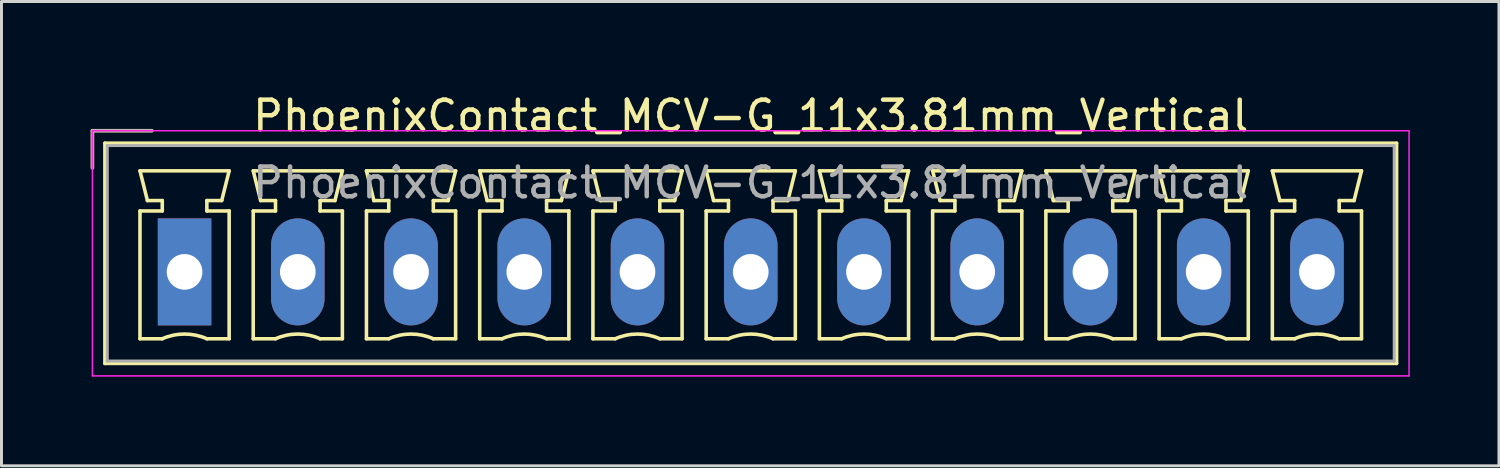
<source format=kicad_pcb>
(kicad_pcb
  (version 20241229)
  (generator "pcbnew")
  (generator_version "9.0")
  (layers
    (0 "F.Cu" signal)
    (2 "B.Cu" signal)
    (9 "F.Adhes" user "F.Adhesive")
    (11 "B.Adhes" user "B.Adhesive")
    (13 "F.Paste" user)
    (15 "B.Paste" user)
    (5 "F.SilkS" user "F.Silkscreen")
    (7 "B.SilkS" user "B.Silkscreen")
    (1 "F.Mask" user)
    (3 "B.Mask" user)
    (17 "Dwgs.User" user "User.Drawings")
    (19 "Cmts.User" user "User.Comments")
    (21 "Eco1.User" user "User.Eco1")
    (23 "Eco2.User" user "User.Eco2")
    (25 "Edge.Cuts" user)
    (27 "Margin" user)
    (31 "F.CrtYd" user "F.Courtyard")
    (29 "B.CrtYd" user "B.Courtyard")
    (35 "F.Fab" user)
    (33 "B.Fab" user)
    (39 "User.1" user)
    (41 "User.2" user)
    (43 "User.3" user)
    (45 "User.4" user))
  (footprint "PhoenixContact_MCV-G_11x3.81mm_Vertical"
    (layer "F.Cu")
    (at 3.16 6.098)
    (property "Reference" "PhoenixContact_MCV-G_11x3.81mm_Vertical" (at 19.05 -5.25 0) (layer "F.SilkS") (effects (font (size 1 1) (thickness 0.15))))
    (attr through_hole)
    (fp_line (start -3.1 -4.75) (end -1.1 -4.75) (stroke (width 0.12) (type solid)) (layer "F.SilkS"))
    (fp_line (start -3.1 -3.5) (end -3.1 -4.75) (stroke (width 0.12) (type solid)) (layer "F.SilkS"))
    (fp_line (start -2.68 -4.33) (end -2.68 3.08) (stroke (width 0.12) (type solid)) (layer "F.SilkS"))
    (fp_line (start -2.68 3.08) (end 40.78 3.08) (stroke (width 0.12) (type solid)) (layer "F.SilkS"))
    (fp_line (start -1.5 -3.4) (end 1.5 -3.4) (stroke (width 0.12) (type solid)) (layer "F.SilkS"))
    (fp_line (start -1.5 -2.05) (end -0.75 -2.05) (stroke (width 0.12) (type solid)) (layer "F.SilkS"))
    (fp_line (start -1.5 2.25) (end -1.5 -2.05) (stroke (width 0.12) (type solid)) (layer "F.SilkS"))
    (fp_line (start -1.25 -2.4) (end -1.5 -3.4) (stroke (width 0.12) (type solid)) (layer "F.SilkS"))
    (fp_line (start -0.75 -2.4) (end -1.25 -2.4) (stroke (width 0.12) (type solid)) (layer "F.SilkS"))
    (fp_line (start -0.75 -2.05) (end -0.75 -2.4) (stroke (width 0.12) (type solid)) (layer "F.SilkS"))
    (fp_line (start -0.75 2.25) (end -1.5 2.25) (stroke (width 0.12) (type solid)) (layer "F.SilkS"))
    (fp_line (start 0.75 -2.4) (end 0.75 -2.05) (stroke (width 0.12) (type solid)) (layer "F.SilkS"))
    (fp_line (start 0.75 -2.05) (end 1.5 -2.05) (stroke (width 0.12) (type solid)) (layer "F.SilkS"))
    (fp_line (start 1.25 -2.4) (end 0.75 -2.4) (stroke (width 0.12) (type solid)) (layer "F.SilkS"))
    (fp_line (start 1.5 -3.4) (end 1.25 -2.4) (stroke (width 0.12) (type solid)) (layer "F.SilkS"))
    (fp_line (start 1.5 -2.05) (end 1.5 2.25) (stroke (width 0.12) (type solid)) (layer "F.SilkS"))
    (fp_line (start 1.5 2.25) (end 0.75 2.25) (stroke (width 0.12) (type solid)) (layer "F.SilkS"))
    (fp_line (start 2.31 -3.4) (end 5.31 -3.4) (stroke (width 0.12) (type solid)) (layer "F.SilkS"))
    (fp_line (start 2.31 -2.05) (end 3.06 -2.05) (stroke (width 0.12) (type solid)) (layer "F.SilkS"))
    (fp_line (start 2.31 2.25) (end 2.31 -2.05) (stroke (width 0.12) (type solid)) (layer "F.SilkS"))
    (fp_line (start 2.56 -2.4) (end 2.31 -3.4) (stroke (width 0.12) (type solid)) (layer "F.SilkS"))
    (fp_line (start 3.06 -2.4) (end 2.56 -2.4) (stroke (width 0.12) (type solid)) (layer "F.SilkS"))
    (fp_line (start 3.06 -2.05) (end 3.06 -2.4) (stroke (width 0.12) (type solid)) (layer "F.SilkS"))
    (fp_line (start 3.06 2.25) (end 2.31 2.25) (stroke (width 0.12) (type solid)) (layer "F.SilkS"))
    (fp_line (start 4.56 -2.4) (end 4.56 -2.05) (stroke (width 0.12) (type solid)) (layer "F.SilkS"))
    (fp_line (start 4.56 -2.05) (end 5.31 -2.05) (stroke (width 0.12) (type solid)) (layer "F.SilkS"))
    (fp_line (start 5.06 -2.4) (end 4.56 -2.4) (stroke (width 0.12) (type solid)) (layer "F.SilkS"))
    (fp_line (start 5.31 -3.4) (end 5.06 -2.4) (stroke (width 0.12) (type solid)) (layer "F.SilkS"))
    (fp_line (start 5.31 -2.05) (end 5.31 2.25) (stroke (width 0.12) (type solid)) (layer "F.SilkS"))
    (fp_line (start 5.31 2.25) (end 4.56 2.25) (stroke (width 0.12) (type solid)) (layer "F.SilkS"))
    (fp_line (start 6.12 -3.4) (end 9.12 -3.4) (stroke (width 0.12) (type solid)) (layer "F.SilkS"))
    (fp_line (start 6.12 -2.05) (end 6.87 -2.05) (stroke (width 0.12) (type solid)) (layer "F.SilkS"))
    (fp_line (start 6.12 2.25) (end 6.12 -2.05) (stroke (width 0.12) (type solid)) (layer "F.SilkS"))
    (fp_line (start 6.37 -2.4) (end 6.12 -3.4) (stroke (width 0.12) (type solid)) (layer "F.SilkS"))
    (fp_line (start 6.87 -2.4) (end 6.37 -2.4) (stroke (width 0.12) (type solid)) (layer "F.SilkS"))
    (fp_line (start 6.87 -2.05) (end 6.87 -2.4) (stroke (width 0.12) (type solid)) (layer "F.SilkS"))
    (fp_line (start 6.87 2.25) (end 6.12 2.25) (stroke (width 0.12) (type solid)) (layer "F.SilkS"))
    (fp_line (start 8.37 -2.4) (end 8.37 -2.05) (stroke (width 0.12) (type solid)) (layer "F.SilkS"))
    (fp_line (start 8.37 -2.05) (end 9.12 -2.05) (stroke (width 0.12) (type solid)) (layer "F.SilkS"))
    (fp_line (start 8.87 -2.4) (end 8.37 -2.4) (stroke (width 0.12) (type solid)) (layer "F.SilkS"))
    (fp_line (start 9.12 -3.4) (end 8.87 -2.4) (stroke (width 0.12) (type solid)) (layer "F.SilkS"))
    (fp_line (start 9.12 -2.05) (end 9.12 2.25) (stroke (width 0.12) (type solid)) (layer "F.SilkS"))
    (fp_line (start 9.12 2.25) (end 8.37 2.25) (stroke (width 0.12) (type solid)) (layer "F.SilkS"))
    (fp_line (start 9.93 -3.4) (end 12.93 -3.4) (stroke (width 0.12) (type solid)) (layer "F.SilkS"))
    (fp_line (start 9.93 -2.05) (end 10.68 -2.05) (stroke (width 0.12) (type solid)) (layer "F.SilkS"))
    (fp_line (start 9.93 2.25) (end 9.93 -2.05) (stroke (width 0.12) (type solid)) (layer "F.SilkS"))
    (fp_line (start 10.18 -2.4) (end 9.93 -3.4) (stroke (width 0.12) (type solid)) (layer "F.SilkS"))
    (fp_line (start 10.68 -2.4) (end 10.18 -2.4) (stroke (width 0.12) (type solid)) (layer "F.SilkS"))
    (fp_line (start 10.68 -2.05) (end 10.68 -2.4) (stroke (width 0.12) (type solid)) (layer "F.SilkS"))
    (fp_line (start 10.68 2.25) (end 9.93 2.25) (stroke (width 0.12) (type solid)) (layer "F.SilkS"))
    (fp_line (start 12.18 -2.4) (end 12.18 -2.05) (stroke (width 0.12) (type solid)) (layer "F.SilkS"))
    (fp_line (start 12.18 -2.05) (end 12.93 -2.05) (stroke (width 0.12) (type solid)) (layer "F.SilkS"))
    (fp_line (start 12.68 -2.4) (end 12.18 -2.4) (stroke (width 0.12) (type solid)) (layer "F.SilkS"))
    (fp_line (start 12.93 -3.4) (end 12.68 -2.4) (stroke (width 0.12) (type solid)) (layer "F.SilkS"))
    (fp_line (start 12.93 -2.05) (end 12.93 2.25) (stroke (width 0.12) (type solid)) (layer "F.SilkS"))
    (fp_line (start 12.93 2.25) (end 12.18 2.25) (stroke (width 0.12) (type solid)) (layer "F.SilkS"))
    (fp_line (start 13.74 -3.4) (end 16.74 -3.4) (stroke (width 0.12) (type solid)) (layer "F.SilkS"))
    (fp_line (start 13.74 -2.05) (end 14.49 -2.05) (stroke (width 0.12) (type solid)) (layer "F.SilkS"))
    (fp_line (start 13.74 2.25) (end 13.74 -2.05) (stroke (width 0.12) (type solid)) (layer "F.SilkS"))
    (fp_line (start 13.99 -2.4) (end 13.74 -3.4) (stroke (width 0.12) (type solid)) (layer "F.SilkS"))
    (fp_line (start 14.49 -2.4) (end 13.99 -2.4) (stroke (width 0.12) (type solid)) (layer "F.SilkS"))
    (fp_line (start 14.49 -2.05) (end 14.49 -2.4) (stroke (width 0.12) (type solid)) (layer "F.SilkS"))
    (fp_line (start 14.49 2.25) (end 13.74 2.25) (stroke (width 0.12) (type solid)) (layer "F.SilkS"))
    (fp_line (start 15.99 -2.4) (end 15.99 -2.05) (stroke (width 0.12) (type solid)) (layer "F.SilkS"))
    (fp_line (start 15.99 -2.05) (end 16.74 -2.05) (stroke (width 0.12) (type solid)) (layer "F.SilkS"))
    (fp_line (start 16.49 -2.4) (end 15.99 -2.4) (stroke (width 0.12) (type solid)) (layer "F.SilkS"))
    (fp_line (start 16.74 -3.4) (end 16.49 -2.4) (stroke (width 0.12) (type solid)) (layer "F.SilkS"))
    (fp_line (start 16.74 -2.05) (end 16.74 2.25) (stroke (width 0.12) (type solid)) (layer "F.SilkS"))
    (fp_line (start 16.74 2.25) (end 15.99 2.25) (stroke (width 0.12) (type solid)) (layer "F.SilkS"))
    (fp_line (start 17.55 -3.4) (end 20.55 -3.4) (stroke (width 0.12) (type solid)) (layer "F.SilkS"))
    (fp_line (start 17.55 -2.05) (end 18.3 -2.05) (stroke (width 0.12) (type solid)) (layer "F.SilkS"))
    (fp_line (start 17.55 2.25) (end 17.55 -2.05) (stroke (width 0.12) (type solid)) (layer "F.SilkS"))
    (fp_line (start 17.8 -2.4) (end 17.55 -3.4) (stroke (width 0.12) (type solid)) (layer "F.SilkS"))
    (fp_line (start 18.3 -2.4) (end 17.8 -2.4) (stroke (width 0.12) (type solid)) (layer "F.SilkS"))
    (fp_line (start 18.3 -2.05) (end 18.3 -2.4) (stroke (width 0.12) (type solid)) (layer "F.SilkS"))
    (fp_line (start 18.3 2.25) (end 17.55 2.25) (stroke (width 0.12) (type solid)) (layer "F.SilkS"))
    (fp_line (start 19.8 -2.4) (end 19.8 -2.05) (stroke (width 0.12) (type solid)) (layer "F.SilkS"))
    (fp_line (start 19.8 -2.05) (end 20.55 -2.05) (stroke (width 0.12) (type solid)) (layer "F.SilkS"))
    (fp_line (start 20.3 -2.4) (end 19.8 -2.4) (stroke (width 0.12) (type solid)) (layer "F.SilkS"))
    (fp_line (start 20.55 -3.4) (end 20.3 -2.4) (stroke (width 0.12) (type solid)) (layer "F.SilkS"))
    (fp_line (start 20.55 -2.05) (end 20.55 2.25) (stroke (width 0.12) (type solid)) (layer "F.SilkS"))
    (fp_line (start 20.55 2.25) (end 19.8 2.25) (stroke (width 0.12) (type solid)) (layer "F.SilkS"))
    (fp_line (start 21.36 -3.4) (end 24.36 -3.4) (stroke (width 0.12) (type solid)) (layer "F.SilkS"))
    (fp_line (start 21.36 -2.05) (end 22.11 -2.05) (stroke (width 0.12) (type solid)) (layer "F.SilkS"))
    (fp_line (start 21.36 2.25) (end 21.36 -2.05) (stroke (width 0.12) (type solid)) (layer "F.SilkS"))
    (fp_line (start 21.61 -2.4) (end 21.36 -3.4) (stroke (width 0.12) (type solid)) (layer "F.SilkS"))
    (fp_line (start 22.11 -2.4) (end 21.61 -2.4) (stroke (width 0.12) (type solid)) (layer "F.SilkS"))
    (fp_line (start 22.11 -2.05) (end 22.11 -2.4) (stroke (width 0.12) (type solid)) (layer "F.SilkS"))
    (fp_line (start 22.11 2.25) (end 21.36 2.25) (stroke (width 0.12) (type solid)) (layer "F.SilkS"))
    (fp_line (start 23.61 -2.4) (end 23.61 -2.05) (stroke (width 0.12) (type solid)) (layer "F.SilkS"))
    (fp_line (start 23.61 -2.05) (end 24.36 -2.05) (stroke (width 0.12) (type solid)) (layer "F.SilkS"))
    (fp_line (start 24.11 -2.4) (end 23.61 -2.4) (stroke (width 0.12) (type solid)) (layer "F.SilkS"))
    (fp_line (start 24.36 -3.4) (end 24.11 -2.4) (stroke (width 0.12) (type solid)) (layer "F.SilkS"))
    (fp_line (start 24.36 -2.05) (end 24.36 2.25) (stroke (width 0.12) (type solid)) (layer "F.SilkS"))
    (fp_line (start 24.36 2.25) (end 23.61 2.25) (stroke (width 0.12) (type solid)) (layer "F.SilkS"))
    (fp_line (start 25.17 -3.4) (end 28.17 -3.4) (stroke (width 0.12) (type solid)) (layer "F.SilkS"))
    (fp_line (start 25.17 -2.05) (end 25.92 -2.05) (stroke (width 0.12) (type solid)) (layer "F.SilkS"))
    (fp_line (start 25.17 2.25) (end 25.17 -2.05) (stroke (width 0.12) (type solid)) (layer "F.SilkS"))
    (fp_line (start 25.42 -2.4) (end 25.17 -3.4) (stroke (width 0.12) (type solid)) (layer "F.SilkS"))
    (fp_line (start 25.92 -2.4) (end 25.42 -2.4) (stroke (width 0.12) (type solid)) (layer "F.SilkS"))
    (fp_line (start 25.92 -2.05) (end 25.92 -2.4) (stroke (width 0.12) (type solid)) (layer "F.SilkS"))
    (fp_line (start 25.92 2.25) (end 25.17 2.25) (stroke (width 0.12) (type solid)) (layer "F.SilkS"))
    (fp_line (start 27.42 -2.4) (end 27.42 -2.05) (stroke (width 0.12) (type solid)) (layer "F.SilkS"))
    (fp_line (start 27.42 -2.05) (end 28.17 -2.05) (stroke (width 0.12) (type solid)) (layer "F.SilkS"))
    (fp_line (start 27.92 -2.4) (end 27.42 -2.4) (stroke (width 0.12) (type solid)) (layer "F.SilkS"))
    (fp_line (start 28.17 -3.4) (end 27.92 -2.4) (stroke (width 0.12) (type solid)) (layer "F.SilkS"))
    (fp_line (start 28.17 -2.05) (end 28.17 2.25) (stroke (width 0.12) (type solid)) (layer "F.SilkS"))
    (fp_line (start 28.17 2.25) (end 27.42 2.25) (stroke (width 0.12) (type solid)) (layer "F.SilkS"))
    (fp_line (start 28.98 -3.4) (end 31.98 -3.4) (stroke (width 0.12) (type solid)) (layer "F.SilkS"))
    (fp_line (start 28.98 -2.05) (end 29.73 -2.05) (stroke (width 0.12) (type solid)) (layer "F.SilkS"))
    (fp_line (start 28.98 2.25) (end 28.98 -2.05) (stroke (width 0.12) (type solid)) (layer "F.SilkS"))
    (fp_line (start 29.23 -2.4) (end 28.98 -3.4) (stroke (width 0.12) (type solid)) (layer "F.SilkS"))
    (fp_line (start 29.73 -2.4) (end 29.23 -2.4) (stroke (width 0.12) (type solid)) (layer "F.SilkS"))
    (fp_line (start 29.73 -2.05) (end 29.73 -2.4) (stroke (width 0.12) (type solid)) (layer "F.SilkS"))
    (fp_line (start 29.73 2.25) (end 28.98 2.25) (stroke (width 0.12) (type solid)) (layer "F.SilkS"))
    (fp_line (start 31.23 -2.4) (end 31.23 -2.05) (stroke (width 0.12) (type solid)) (layer "F.SilkS"))
    (fp_line (start 31.23 -2.05) (end 31.98 -2.05) (stroke (width 0.12) (type solid)) (layer "F.SilkS"))
    (fp_line (start 31.73 -2.4) (end 31.23 -2.4) (stroke (width 0.12) (type solid)) (layer "F.SilkS"))
    (fp_line (start 31.98 -3.4) (end 31.73 -2.4) (stroke (width 0.12) (type solid)) (layer "F.SilkS"))
    (fp_line (start 31.98 -2.05) (end 31.98 2.25) (stroke (width 0.12) (type solid)) (layer "F.SilkS"))
    (fp_line (start 31.98 2.25) (end 31.23 2.25) (stroke (width 0.12) (type solid)) (layer "F.SilkS"))
    (fp_line (start 32.79 -3.4) (end 35.79 -3.4) (stroke (width 0.12) (type solid)) (layer "F.SilkS"))
    (fp_line (start 32.79 -2.05) (end 33.54 -2.05) (stroke (width 0.12) (type solid)) (layer "F.SilkS"))
    (fp_line (start 32.79 2.25) (end 32.79 -2.05) (stroke (width 0.12) (type solid)) (layer "F.SilkS"))
    (fp_line (start 33.04 -2.4) (end 32.79 -3.4) (stroke (width 0.12) (type solid)) (layer "F.SilkS"))
    (fp_line (start 33.54 -2.4) (end 33.04 -2.4) (stroke (width 0.12) (type solid)) (layer "F.SilkS"))
    (fp_line (start 33.54 -2.05) (end 33.54 -2.4) (stroke (width 0.12) (type solid)) (layer "F.SilkS"))
    (fp_line (start 33.54 2.25) (end 32.79 2.25) (stroke (width 0.12) (type solid)) (layer "F.SilkS"))
    (fp_line (start 35.04 -2.4) (end 35.04 -2.05) (stroke (width 0.12) (type solid)) (layer "F.SilkS"))
    (fp_line (start 35.04 -2.05) (end 35.79 -2.05) (stroke (width 0.12) (type solid)) (layer "F.SilkS"))
    (fp_line (start 35.54 -2.4) (end 35.04 -2.4) (stroke (width 0.12) (type solid)) (layer "F.SilkS"))
    (fp_line (start 35.79 -3.4) (end 35.54 -2.4) (stroke (width 0.12) (type solid)) (layer "F.SilkS"))
    (fp_line (start 35.79 -2.05) (end 35.79 2.25) (stroke (width 0.12) (type solid)) (layer "F.SilkS"))
    (fp_line (start 35.79 2.25) (end 35.04 2.25) (stroke (width 0.12) (type solid)) (layer "F.SilkS"))
    (fp_line (start 36.6 -3.4) (end 39.6 -3.4) (stroke (width 0.12) (type solid)) (layer "F.SilkS"))
    (fp_line (start 36.6 -2.05) (end 37.35 -2.05) (stroke (width 0.12) (type solid)) (layer "F.SilkS"))
    (fp_line (start 36.6 2.25) (end 36.6 -2.05) (stroke (width 0.12) (type solid)) (layer "F.SilkS"))
    (fp_line (start 36.85 -2.4) (end 36.6 -3.4) (stroke (width 0.12) (type solid)) (layer "F.SilkS"))
    (fp_line (start 37.35 -2.4) (end 36.85 -2.4) (stroke (width 0.12) (type solid)) (layer "F.SilkS"))
    (fp_line (start 37.35 -2.05) (end 37.35 -2.4) (stroke (width 0.12) (type solid)) (layer "F.SilkS"))
    (fp_line (start 37.35 2.25) (end 36.6 2.25) (stroke (width 0.12) (type solid)) (layer "F.SilkS"))
    (fp_line (start 38.85 -2.4) (end 38.85 -2.05) (stroke (width 0.12) (type solid)) (layer "F.SilkS"))
    (fp_line (start 38.85 -2.05) (end 39.6 -2.05) (stroke (width 0.12) (type solid)) (layer "F.SilkS"))
    (fp_line (start 39.35 -2.4) (end 38.85 -2.4) (stroke (width 0.12) (type solid)) (layer "F.SilkS"))
    (fp_line (start 39.6 -3.4) (end 39.35 -2.4) (stroke (width 0.12) (type solid)) (layer "F.SilkS"))
    (fp_line (start 39.6 -2.05) (end 39.6 2.25) (stroke (width 0.12) (type solid)) (layer "F.SilkS"))
    (fp_line (start 39.6 2.25) (end 38.85 2.25) (stroke (width 0.12) (type solid)) (layer "F.SilkS"))
    (fp_line (start 40.78 -4.33) (end -2.68 -4.33) (stroke (width 0.12) (type solid)) (layer "F.SilkS"))
    (fp_line (start 40.78 3.08) (end 40.78 -4.33) (stroke (width 0.12) (type solid)) (layer "F.SilkS"))
    (fp_arc (start -0.75 2.25) (mid -0.000193 2.09191) (end 0.749647 2.249844) (stroke (width 0.12) (type solid)) (layer "F.SilkS"))
    (fp_arc (start 3.06 2.25) (mid 3.809807 2.09191) (end 4.559647 2.249844) (stroke (width 0.12) (type solid)) (layer "F.SilkS"))
    (fp_arc (start 6.87 2.25) (mid 7.619807 2.09191) (end 8.369647 2.249844) (stroke (width 0.12) (type solid)) (layer "F.SilkS"))
    (fp_arc (start 10.68 2.25) (mid 11.429807 2.09191) (end 12.179647 2.249844) (stroke (width 0.12) (type solid)) (layer "F.SilkS"))
    (fp_arc (start 14.49 2.25) (mid 15.239807 2.09191) (end 15.989647 2.249844) (stroke (width 0.12) (type solid)) (layer "F.SilkS"))
    (fp_arc (start 18.3 2.25) (mid 19.049807 2.09191) (end 19.799647 2.249844) (stroke (width 0.12) (type solid)) (layer "F.SilkS"))
    (fp_arc (start 22.11 2.25) (mid 22.859807 2.09191) (end 23.609647 2.249844) (stroke (width 0.12) (type solid)) (layer "F.SilkS"))
    (fp_arc (start 25.92 2.25) (mid 26.669807 2.09191) (end 27.419647 2.249844) (stroke (width 0.12) (type solid)) (layer "F.SilkS"))
    (fp_arc (start 29.73 2.25) (mid 30.479807 2.09191) (end 31.229647 2.249844) (stroke (width 0.12) (type solid)) (layer "F.SilkS"))
    (fp_arc (start 33.54 2.25) (mid 34.289807 2.09191) (end 35.039647 2.249844) (stroke (width 0.12) (type solid)) (layer "F.SilkS"))
    (fp_arc (start 37.35 2.25) (mid 38.099807 2.09191) (end 38.849647 2.249844) (stroke (width 0.12) (type solid)) (layer "F.SilkS"))
    (fp_line (start -3.1 -4.75) (end -3.1 3.5) (stroke (width 0.05) (type solid)) (layer "F.CrtYd"))
    (fp_line (start -3.1 3.5) (end 41.2 3.5) (stroke (width 0.05) (type solid)) (layer "F.CrtYd"))
    (fp_line (start 41.2 -4.75) (end -3.1 -4.75) (stroke (width 0.05) (type solid)) (layer "F.CrtYd"))
    (fp_line (start 41.2 3.5) (end 41.2 -4.75) (stroke (width 0.05) (type solid)) (layer "F.CrtYd"))
    (fp_line (start -3.1 -4.75) (end -1.1 -4.75) (stroke (width 0.1) (type solid)) (layer "F.Fab"))
    (fp_line (start -3.1 -3.5) (end -3.1 -4.75) (stroke (width 0.1) (type solid)) (layer "F.Fab"))
    (fp_line (start -2.6 -4.25) (end -2.6 3) (stroke (width 0.1) (type solid)) (layer "F.Fab"))
    (fp_line (start -2.6 3) (end 40.7 3) (stroke (width 0.1) (type solid)) (layer "F.Fab"))
    (fp_line (start 40.7 -4.25) (end -2.6 -4.25) (stroke (width 0.1) (type solid)) (layer "F.Fab"))
    (fp_line (start 40.7 3) (end 40.7 -4.25) (stroke (width 0.1) (type solid)) (layer "F.Fab"))
    (fp_text user "${REFERENCE}" (at 19.05 -3 0) (layer "F.Fab") (effects (font (size 1 1) (thickness 0.15))))
    (pad "1" thru_hole rect (at 0 0) (size 1.8 3.6) (drill 1.2) (layers "*.Cu" "*.Mask"))
    (pad "2" thru_hole oval (at 3.81 0) (size 1.8 3.6) (drill 1.2) (layers "*.Cu" "*.Mask"))
    (pad "3" thru_hole oval (at 7.62 0) (size 1.8 3.6) (drill 1.2) (layers "*.Cu" "*.Mask"))
    (pad "4" thru_hole oval (at 11.43 0) (size 1.8 3.6) (drill 1.2) (layers "*.Cu" "*.Mask"))
    (pad "5" thru_hole oval (at 15.24 0) (size 1.8 3.6) (drill 1.2) (layers "*.Cu" "*.Mask"))
    (pad "6" thru_hole oval (at 19.05 0) (size 1.8 3.6) (drill 1.2) (layers "*.Cu" "*.Mask"))
    (pad "7" thru_hole oval (at 22.86 0) (size 1.8 3.6) (drill 1.2) (layers "*.Cu" "*.Mask"))
    (pad "8" thru_hole oval (at 26.67 0) (size 1.8 3.6) (drill 1.2) (layers "*.Cu" "*.Mask"))
    (pad "9" thru_hole oval (at 30.48 0) (size 1.8 3.6) (drill 1.2) (layers "*.Cu" "*.Mask"))
    (pad "10" thru_hole oval (at 34.29 0) (size 1.8 3.6) (drill 1.2) (layers "*.Cu" "*.Mask"))
    (pad "11" thru_hole oval (at 38.1 0) (size 1.8 3.6) (drill 1.2) (layers "*.Cu" "*.Mask")))
  (gr_rect
    (start -3 -3)
    (end 47.385 12.623)
    (stroke (width 0.1) (type default))
    (fill no)
    (layer "Edge.Cuts")))
</source>
